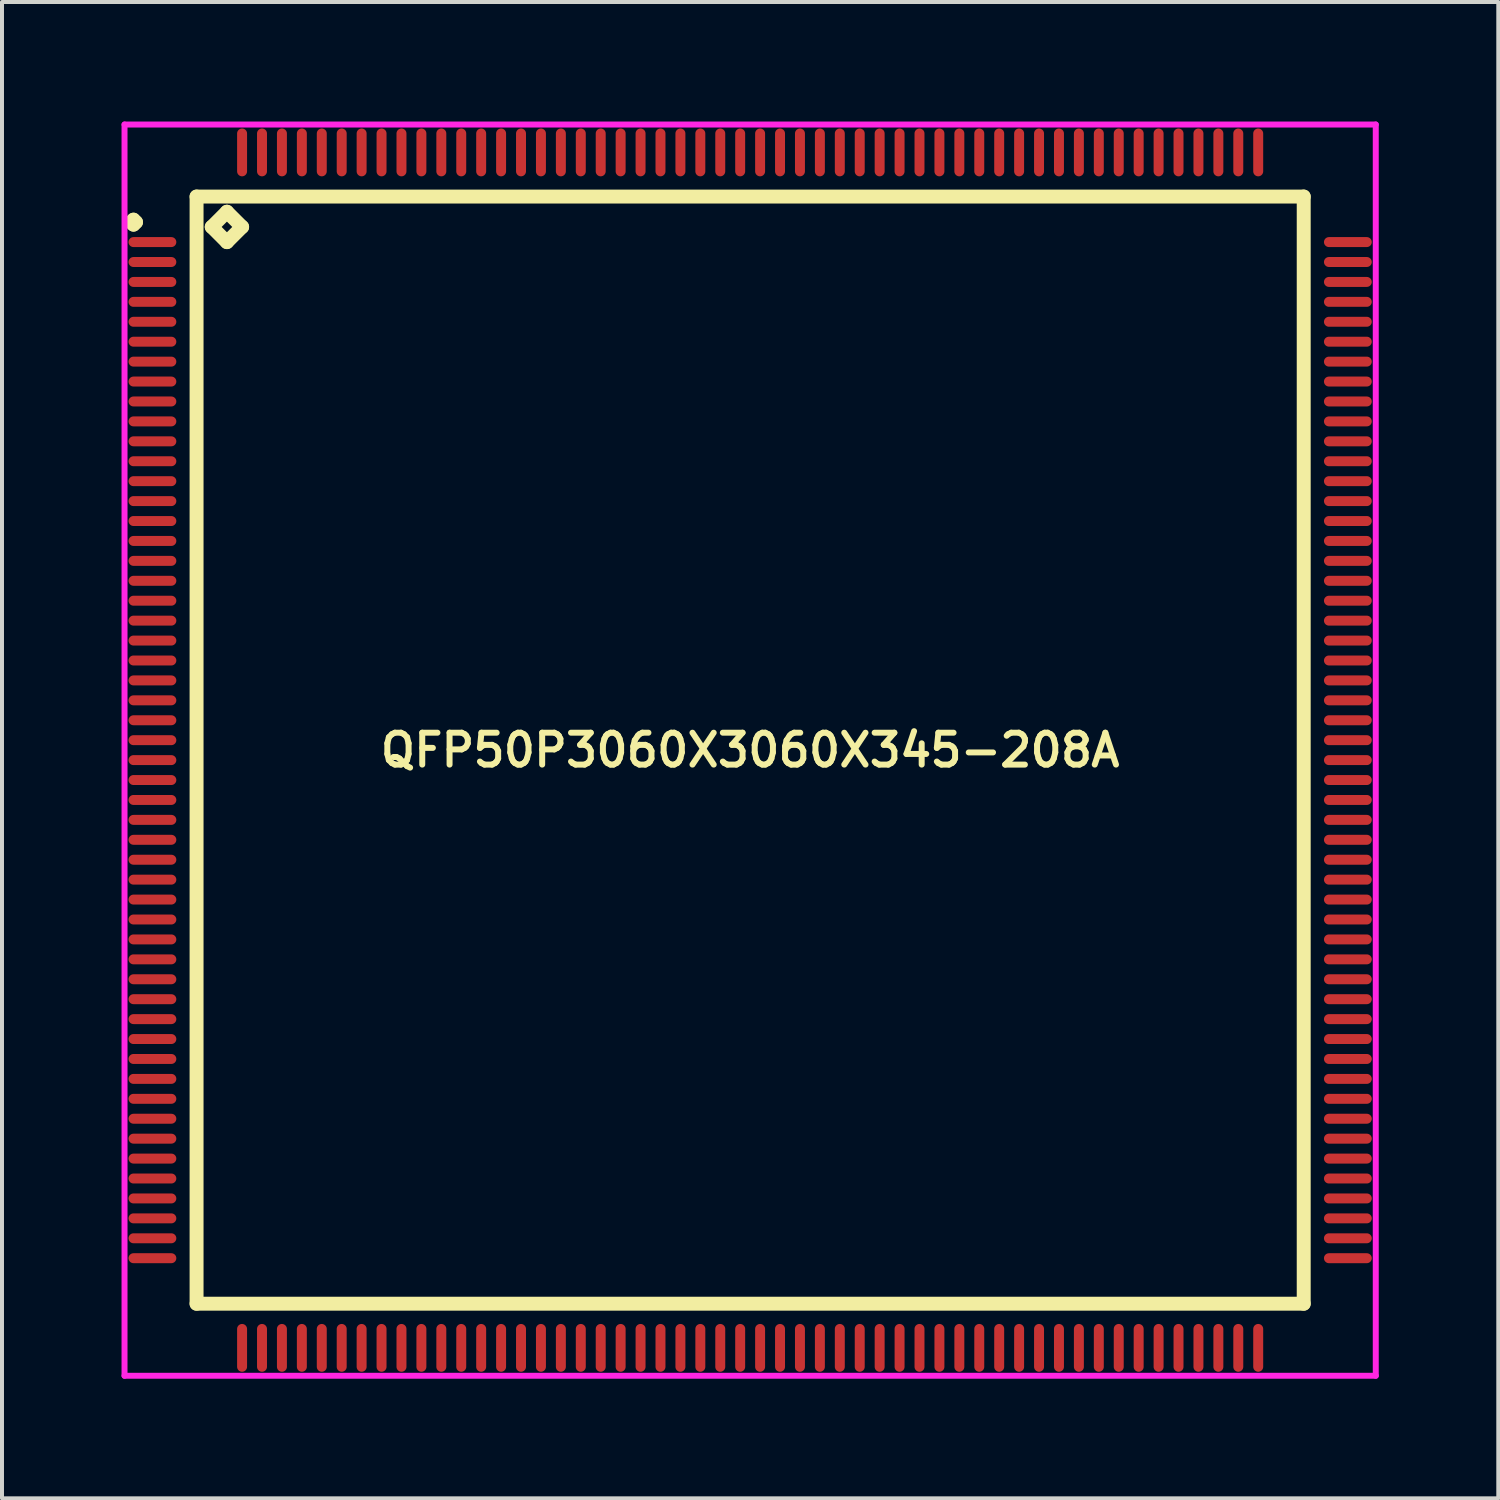
<source format=kicad_pcb>
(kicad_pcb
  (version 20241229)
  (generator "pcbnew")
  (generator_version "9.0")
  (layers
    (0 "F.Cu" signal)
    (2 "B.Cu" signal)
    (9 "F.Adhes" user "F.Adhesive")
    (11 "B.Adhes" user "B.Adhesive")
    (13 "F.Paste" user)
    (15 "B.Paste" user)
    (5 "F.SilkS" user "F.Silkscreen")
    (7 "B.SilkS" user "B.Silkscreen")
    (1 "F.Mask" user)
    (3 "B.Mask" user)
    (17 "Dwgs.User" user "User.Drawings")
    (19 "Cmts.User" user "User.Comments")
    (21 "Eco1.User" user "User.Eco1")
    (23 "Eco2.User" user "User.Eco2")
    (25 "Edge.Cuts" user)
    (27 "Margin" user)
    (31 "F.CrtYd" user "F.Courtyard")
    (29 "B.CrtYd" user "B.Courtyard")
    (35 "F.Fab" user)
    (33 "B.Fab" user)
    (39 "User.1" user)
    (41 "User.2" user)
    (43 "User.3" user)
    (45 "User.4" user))
  (footprint "QFP50P3060X3060X345-208A"
    (layer "F.Cu")
    (at 15.775 15.775)
    (property "Reference" "QFP50P3060X3060X345-208A" (at 0 0 0) (layer "F.SilkS") (effects (font (size 0.8 0.8) (thickness 0.15))))
    (attr smd)
    (fp_line (start -15.537 -13.25) (end -15.475 -13.312) (stroke (width 0.35) (type solid)) (layer "F.SilkS"))
    (fp_line (start -15.475 -13.312) (end -15.412 -13.25) (stroke (width 0.35) (type solid)) (layer "F.SilkS"))
    (fp_line (start -15.475 -13.188) (end -15.537 -13.25) (stroke (width 0.35) (type solid)) (layer "F.SilkS"))
    (fp_line (start -15.412 -13.25) (end -15.475 -13.188) (stroke (width 0.35) (type solid)) (layer "F.SilkS"))
    (fp_line (start -13.892 -13.892) (end -13.892 13.892) (stroke (width 0.35) (type solid)) (layer "F.SilkS"))
    (fp_line (start -13.892 13.892) (end 13.892 13.892) (stroke (width 0.35) (type solid)) (layer "F.SilkS"))
    (fp_line (start -13.511 -13.13) (end -13.13 -13.511) (stroke (width 0.35) (type solid)) (layer "F.SilkS"))
    (fp_line (start -13.13 -13.511) (end -12.749 -13.13) (stroke (width 0.35) (type solid)) (layer "F.SilkS"))
    (fp_line (start -13.13 -12.749) (end -13.511 -13.13) (stroke (width 0.35) (type solid)) (layer "F.SilkS"))
    (fp_line (start -12.749 -13.13) (end -13.13 -12.749) (stroke (width 0.35) (type solid)) (layer "F.SilkS"))
    (fp_line (start 13.892 -13.892) (end -13.892 -13.892) (stroke (width 0.35) (type solid)) (layer "F.SilkS"))
    (fp_line (start 13.892 13.892) (end 13.892 -13.892) (stroke (width 0.35) (type solid)) (layer "F.SilkS"))
    (fp_line (start -15.7 -15.7) (end 15.7 -15.7) (stroke (width 0.15) (type solid)) (layer "F.CrtYd"))
    (fp_line (start -15.7 15.7) (end -15.7 -15.7) (stroke (width 0.15) (type solid)) (layer "F.CrtYd"))
    (fp_line (start 15.7 -15.7) (end 15.7 15.7) (stroke (width 0.15) (type solid)) (layer "F.CrtYd"))
    (fp_line (start 15.7 15.7) (end -15.7 15.7) (stroke (width 0.15) (type solid)) (layer "F.CrtYd"))
    (pad "1" smd oval (at -15 -12.75) (size 1.2 0.25) (layers "F.Cu" "F.Mask" "F.Paste"))
    (pad "2" smd oval (at -15 -12.25) (size 1.2 0.25) (layers "F.Cu" "F.Mask" "F.Paste"))
    (pad "3" smd oval (at -15 -11.75) (size 1.2 0.25) (layers "F.Cu" "F.Mask" "F.Paste"))
    (pad "4" smd oval (at -15 -11.25) (size 1.2 0.25) (layers "F.Cu" "F.Mask" "F.Paste"))
    (pad "5" smd oval (at -15 -10.75) (size 1.2 0.25) (layers "F.Cu" "F.Mask" "F.Paste"))
    (pad "6" smd oval (at -15 -10.25) (size 1.2 0.25) (layers "F.Cu" "F.Mask" "F.Paste"))
    (pad "7" smd oval (at -15 -9.75) (size 1.2 0.25) (layers "F.Cu" "F.Mask" "F.Paste"))
    (pad "8" smd oval (at -15 -9.25) (size 1.2 0.25) (layers "F.Cu" "F.Mask" "F.Paste"))
    (pad "9" smd oval (at -15 -8.75) (size 1.2 0.25) (layers "F.Cu" "F.Mask" "F.Paste"))
    (pad "10" smd oval (at -15 -8.25) (size 1.2 0.25) (layers "F.Cu" "F.Mask" "F.Paste"))
    (pad "11" smd oval (at -15 -7.75) (size 1.2 0.25) (layers "F.Cu" "F.Mask" "F.Paste"))
    (pad "12" smd oval (at -15 -7.25) (size 1.2 0.25) (layers "F.Cu" "F.Mask" "F.Paste"))
    (pad "13" smd oval (at -15 -6.75) (size 1.2 0.25) (layers "F.Cu" "F.Mask" "F.Paste"))
    (pad "14" smd oval (at -15 -6.25) (size 1.2 0.25) (layers "F.Cu" "F.Mask" "F.Paste"))
    (pad "15" smd oval (at -15 -5.75) (size 1.2 0.25) (layers "F.Cu" "F.Mask" "F.Paste"))
    (pad "16" smd oval (at -15 -5.25) (size 1.2 0.25) (layers "F.Cu" "F.Mask" "F.Paste"))
    (pad "17" smd oval (at -15 -4.75) (size 1.2 0.25) (layers "F.Cu" "F.Mask" "F.Paste"))
    (pad "18" smd oval (at -15 -4.25) (size 1.2 0.25) (layers "F.Cu" "F.Mask" "F.Paste"))
    (pad "19" smd oval (at -15 -3.75) (size 1.2 0.25) (layers "F.Cu" "F.Mask" "F.Paste"))
    (pad "20" smd oval (at -15 -3.25) (size 1.2 0.25) (layers "F.Cu" "F.Mask" "F.Paste"))
    (pad "21" smd oval (at -15 -2.75) (size 1.2 0.25) (layers "F.Cu" "F.Mask" "F.Paste"))
    (pad "22" smd oval (at -15 -2.25) (size 1.2 0.25) (layers "F.Cu" "F.Mask" "F.Paste"))
    (pad "23" smd oval (at -15 -1.75) (size 1.2 0.25) (layers "F.Cu" "F.Mask" "F.Paste"))
    (pad "24" smd oval (at -15 -1.25) (size 1.2 0.25) (layers "F.Cu" "F.Mask" "F.Paste"))
    (pad "25" smd oval (at -15 -0.75) (size 1.2 0.25) (layers "F.Cu" "F.Mask" "F.Paste"))
    (pad "26" smd oval (at -15 -0.25) (size 1.2 0.25) (layers "F.Cu" "F.Mask" "F.Paste"))
    (pad "27" smd oval (at -15 0.25) (size 1.2 0.25) (layers "F.Cu" "F.Mask" "F.Paste"))
    (pad "28" smd oval (at -15 0.75) (size 1.2 0.25) (layers "F.Cu" "F.Mask" "F.Paste"))
    (pad "29" smd oval (at -15 1.25) (size 1.2 0.25) (layers "F.Cu" "F.Mask" "F.Paste"))
    (pad "30" smd oval (at -15 1.75) (size 1.2 0.25) (layers "F.Cu" "F.Mask" "F.Paste"))
    (pad "31" smd oval (at -15 2.25) (size 1.2 0.25) (layers "F.Cu" "F.Mask" "F.Paste"))
    (pad "32" smd oval (at -15 2.75) (size 1.2 0.25) (layers "F.Cu" "F.Mask" "F.Paste"))
    (pad "33" smd oval (at -15 3.25) (size 1.2 0.25) (layers "F.Cu" "F.Mask" "F.Paste"))
    (pad "34" smd oval (at -15 3.75) (size 1.2 0.25) (layers "F.Cu" "F.Mask" "F.Paste"))
    (pad "35" smd oval (at -15 4.25) (size 1.2 0.25) (layers "F.Cu" "F.Mask" "F.Paste"))
    (pad "36" smd oval (at -15 4.75) (size 1.2 0.25) (layers "F.Cu" "F.Mask" "F.Paste"))
    (pad "37" smd oval (at -15 5.25) (size 1.2 0.25) (layers "F.Cu" "F.Mask" "F.Paste"))
    (pad "38" smd oval (at -15 5.75) (size 1.2 0.25) (layers "F.Cu" "F.Mask" "F.Paste"))
    (pad "39" smd oval (at -15 6.25) (size 1.2 0.25) (layers "F.Cu" "F.Mask" "F.Paste"))
    (pad "40" smd oval (at -15 6.75) (size 1.2 0.25) (layers "F.Cu" "F.Mask" "F.Paste"))
    (pad "41" smd oval (at -15 7.25) (size 1.2 0.25) (layers "F.Cu" "F.Mask" "F.Paste"))
    (pad "42" smd oval (at -15 7.75) (size 1.2 0.25) (layers "F.Cu" "F.Mask" "F.Paste"))
    (pad "43" smd oval (at -15 8.25) (size 1.2 0.25) (layers "F.Cu" "F.Mask" "F.Paste"))
    (pad "44" smd oval (at -15 8.75) (size 1.2 0.25) (layers "F.Cu" "F.Mask" "F.Paste"))
    (pad "45" smd oval (at -15 9.25) (size 1.2 0.25) (layers "F.Cu" "F.Mask" "F.Paste"))
    (pad "46" smd oval (at -15 9.75) (size 1.2 0.25) (layers "F.Cu" "F.Mask" "F.Paste"))
    (pad "47" smd oval (at -15 10.25) (size 1.2 0.25) (layers "F.Cu" "F.Mask" "F.Paste"))
    (pad "48" smd oval (at -15 10.75) (size 1.2 0.25) (layers "F.Cu" "F.Mask" "F.Paste"))
    (pad "49" smd oval (at -15 11.25) (size 1.2 0.25) (layers "F.Cu" "F.Mask" "F.Paste"))
    (pad "50" smd oval (at -15 11.75) (size 1.2 0.25) (layers "F.Cu" "F.Mask" "F.Paste"))
    (pad "51" smd oval (at -15 12.25) (size 1.2 0.25) (layers "F.Cu" "F.Mask" "F.Paste"))
    (pad "52" smd oval (at -15 12.75) (size 1.2 0.25) (layers "F.Cu" "F.Mask" "F.Paste"))
    (pad "53" smd oval (at -12.75 15) (size 0.25 1.2) (layers "F.Cu" "F.Mask" "F.Paste"))
    (pad "54" smd oval (at -12.25 15) (size 0.25 1.2) (layers "F.Cu" "F.Mask" "F.Paste"))
    (pad "55" smd oval (at -11.75 15) (size 0.25 1.2) (layers "F.Cu" "F.Mask" "F.Paste"))
    (pad "56" smd oval (at -11.25 15) (size 0.25 1.2) (layers "F.Cu" "F.Mask" "F.Paste"))
    (pad "57" smd oval (at -10.75 15) (size 0.25 1.2) (layers "F.Cu" "F.Mask" "F.Paste"))
    (pad "58" smd oval (at -10.25 15) (size 0.25 1.2) (layers "F.Cu" "F.Mask" "F.Paste"))
    (pad "59" smd oval (at -9.75 15) (size 0.25 1.2) (layers "F.Cu" "F.Mask" "F.Paste"))
    (pad "60" smd oval (at -9.25 15) (size 0.25 1.2) (layers "F.Cu" "F.Mask" "F.Paste"))
    (pad "61" smd oval (at -8.75 15) (size 0.25 1.2) (layers "F.Cu" "F.Mask" "F.Paste"))
    (pad "62" smd oval (at -8.25 15) (size 0.25 1.2) (layers "F.Cu" "F.Mask" "F.Paste"))
    (pad "63" smd oval (at -7.75 15) (size 0.25 1.2) (layers "F.Cu" "F.Mask" "F.Paste"))
    (pad "64" smd oval (at -7.25 15) (size 0.25 1.2) (layers "F.Cu" "F.Mask" "F.Paste"))
    (pad "65" smd oval (at -6.75 15) (size 0.25 1.2) (layers "F.Cu" "F.Mask" "F.Paste"))
    (pad "66" smd oval (at -6.25 15) (size 0.25 1.2) (layers "F.Cu" "F.Mask" "F.Paste"))
    (pad "67" smd oval (at -5.75 15) (size 0.25 1.2) (layers "F.Cu" "F.Mask" "F.Paste"))
    (pad "68" smd oval (at -5.25 15) (size 0.25 1.2) (layers "F.Cu" "F.Mask" "F.Paste"))
    (pad "69" smd oval (at -4.75 15) (size 0.25 1.2) (layers "F.Cu" "F.Mask" "F.Paste"))
    (pad "70" smd oval (at -4.25 15) (size 0.25 1.2) (layers "F.Cu" "F.Mask" "F.Paste"))
    (pad "71" smd oval (at -3.75 15) (size 0.25 1.2) (layers "F.Cu" "F.Mask" "F.Paste"))
    (pad "72" smd oval (at -3.25 15) (size 0.25 1.2) (layers "F.Cu" "F.Mask" "F.Paste"))
    (pad "73" smd oval (at -2.75 15) (size 0.25 1.2) (layers "F.Cu" "F.Mask" "F.Paste"))
    (pad "74" smd oval (at -2.25 15) (size 0.25 1.2) (layers "F.Cu" "F.Mask" "F.Paste"))
    (pad "75" smd oval (at -1.75 15) (size 0.25 1.2) (layers "F.Cu" "F.Mask" "F.Paste"))
    (pad "76" smd oval (at -1.25 15) (size 0.25 1.2) (layers "F.Cu" "F.Mask" "F.Paste"))
    (pad "77" smd oval (at -0.75 15) (size 0.25 1.2) (layers "F.Cu" "F.Mask" "F.Paste"))
    (pad "78" smd oval (at -0.25 15) (size 0.25 1.2) (layers "F.Cu" "F.Mask" "F.Paste"))
    (pad "79" smd oval (at 0.25 15) (size 0.25 1.2) (layers "F.Cu" "F.Mask" "F.Paste"))
    (pad "80" smd oval (at 0.75 15) (size 0.25 1.2) (layers "F.Cu" "F.Mask" "F.Paste"))
    (pad "81" smd oval (at 1.25 15) (size 0.25 1.2) (layers "F.Cu" "F.Mask" "F.Paste"))
    (pad "82" smd oval (at 1.75 15) (size 0.25 1.2) (layers "F.Cu" "F.Mask" "F.Paste"))
    (pad "83" smd oval (at 2.25 15) (size 0.25 1.2) (layers "F.Cu" "F.Mask" "F.Paste"))
    (pad "84" smd oval (at 2.75 15) (size 0.25 1.2) (layers "F.Cu" "F.Mask" "F.Paste"))
    (pad "85" smd oval (at 3.25 15) (size 0.25 1.2) (layers "F.Cu" "F.Mask" "F.Paste"))
    (pad "86" smd oval (at 3.75 15) (size 0.25 1.2) (layers "F.Cu" "F.Mask" "F.Paste"))
    (pad "87" smd oval (at 4.25 15) (size 0.25 1.2) (layers "F.Cu" "F.Mask" "F.Paste"))
    (pad "88" smd oval (at 4.75 15) (size 0.25 1.2) (layers "F.Cu" "F.Mask" "F.Paste"))
    (pad "89" smd oval (at 5.25 15) (size 0.25 1.2) (layers "F.Cu" "F.Mask" "F.Paste"))
    (pad "90" smd oval (at 5.75 15) (size 0.25 1.2) (layers "F.Cu" "F.Mask" "F.Paste"))
    (pad "91" smd oval (at 6.25 15) (size 0.25 1.2) (layers "F.Cu" "F.Mask" "F.Paste"))
    (pad "92" smd oval (at 6.75 15) (size 0.25 1.2) (layers "F.Cu" "F.Mask" "F.Paste"))
    (pad "93" smd oval (at 7.25 15) (size 0.25 1.2) (layers "F.Cu" "F.Mask" "F.Paste"))
    (pad "94" smd oval (at 7.75 15) (size 0.25 1.2) (layers "F.Cu" "F.Mask" "F.Paste"))
    (pad "95" smd oval (at 8.25 15) (size 0.25 1.2) (layers "F.Cu" "F.Mask" "F.Paste"))
    (pad "96" smd oval (at 8.75 15) (size 0.25 1.2) (layers "F.Cu" "F.Mask" "F.Paste"))
    (pad "97" smd oval (at 9.25 15) (size 0.25 1.2) (layers "F.Cu" "F.Mask" "F.Paste"))
    (pad "98" smd oval (at 9.75 15) (size 0.25 1.2) (layers "F.Cu" "F.Mask" "F.Paste"))
    (pad "99" smd oval (at 10.25 15) (size 0.25 1.2) (layers "F.Cu" "F.Mask" "F.Paste"))
    (pad "100" smd oval (at 10.75 15) (size 0.25 1.2) (layers "F.Cu" "F.Mask" "F.Paste"))
    (pad "101" smd oval (at 11.25 15) (size 0.25 1.2) (layers "F.Cu" "F.Mask" "F.Paste"))
    (pad "102" smd oval (at 11.75 15) (size 0.25 1.2) (layers "F.Cu" "F.Mask" "F.Paste"))
    (pad "103" smd oval (at 12.25 15) (size 0.25 1.2) (layers "F.Cu" "F.Mask" "F.Paste"))
    (pad "104" smd oval (at 12.75 15) (size 0.25 1.2) (layers "F.Cu" "F.Mask" "F.Paste"))
    (pad "105" smd oval (at 15 12.75) (size 1.2 0.25) (layers "F.Cu" "F.Mask" "F.Paste"))
    (pad "106" smd oval (at 15 12.25) (size 1.2 0.25) (layers "F.Cu" "F.Mask" "F.Paste"))
    (pad "107" smd oval (at 15 11.75) (size 1.2 0.25) (layers "F.Cu" "F.Mask" "F.Paste"))
    (pad "108" smd oval (at 15 11.25) (size 1.2 0.25) (layers "F.Cu" "F.Mask" "F.Paste"))
    (pad "109" smd oval (at 15 10.75) (size 1.2 0.25) (layers "F.Cu" "F.Mask" "F.Paste"))
    (pad "110" smd oval (at 15 10.25) (size 1.2 0.25) (layers "F.Cu" "F.Mask" "F.Paste"))
    (pad "111" smd oval (at 15 9.75) (size 1.2 0.25) (layers "F.Cu" "F.Mask" "F.Paste"))
    (pad "112" smd oval (at 15 9.25) (size 1.2 0.25) (layers "F.Cu" "F.Mask" "F.Paste"))
    (pad "113" smd oval (at 15 8.75) (size 1.2 0.25) (layers "F.Cu" "F.Mask" "F.Paste"))
    (pad "114" smd oval (at 15 8.25) (size 1.2 0.25) (layers "F.Cu" "F.Mask" "F.Paste"))
    (pad "115" smd oval (at 15 7.75) (size 1.2 0.25) (layers "F.Cu" "F.Mask" "F.Paste"))
    (pad "116" smd oval (at 15 7.25) (size 1.2 0.25) (layers "F.Cu" "F.Mask" "F.Paste"))
    (pad "117" smd oval (at 15 6.75) (size 1.2 0.25) (layers "F.Cu" "F.Mask" "F.Paste"))
    (pad "118" smd oval (at 15 6.25) (size 1.2 0.25) (layers "F.Cu" "F.Mask" "F.Paste"))
    (pad "119" smd oval (at 15 5.75) (size 1.2 0.25) (layers "F.Cu" "F.Mask" "F.Paste"))
    (pad "120" smd oval (at 15 5.25) (size 1.2 0.25) (layers "F.Cu" "F.Mask" "F.Paste"))
    (pad "121" smd oval (at 15 4.75) (size 1.2 0.25) (layers "F.Cu" "F.Mask" "F.Paste"))
    (pad "122" smd oval (at 15 4.25) (size 1.2 0.25) (layers "F.Cu" "F.Mask" "F.Paste"))
    (pad "123" smd oval (at 15 3.75) (size 1.2 0.25) (layers "F.Cu" "F.Mask" "F.Paste"))
    (pad "124" smd oval (at 15 3.25) (size 1.2 0.25) (layers "F.Cu" "F.Mask" "F.Paste"))
    (pad "125" smd oval (at 15 2.75) (size 1.2 0.25) (layers "F.Cu" "F.Mask" "F.Paste"))
    (pad "126" smd oval (at 15 2.25) (size 1.2 0.25) (layers "F.Cu" "F.Mask" "F.Paste"))
    (pad "127" smd oval (at 15 1.75) (size 1.2 0.25) (layers "F.Cu" "F.Mask" "F.Paste"))
    (pad "128" smd oval (at 15 1.25) (size 1.2 0.25) (layers "F.Cu" "F.Mask" "F.Paste"))
    (pad "129" smd oval (at 15 0.75) (size 1.2 0.25) (layers "F.Cu" "F.Mask" "F.Paste"))
    (pad "130" smd oval (at 15 0.25) (size 1.2 0.25) (layers "F.Cu" "F.Mask" "F.Paste"))
    (pad "131" smd oval (at 15 -0.25) (size 1.2 0.25) (layers "F.Cu" "F.Mask" "F.Paste"))
    (pad "132" smd oval (at 15 -0.75) (size 1.2 0.25) (layers "F.Cu" "F.Mask" "F.Paste"))
    (pad "133" smd oval (at 15 -1.25) (size 1.2 0.25) (layers "F.Cu" "F.Mask" "F.Paste"))
    (pad "134" smd oval (at 15 -1.75) (size 1.2 0.25) (layers "F.Cu" "F.Mask" "F.Paste"))
    (pad "135" smd oval (at 15 -2.25) (size 1.2 0.25) (layers "F.Cu" "F.Mask" "F.Paste"))
    (pad "136" smd oval (at 15 -2.75) (size 1.2 0.25) (layers "F.Cu" "F.Mask" "F.Paste"))
    (pad "137" smd oval (at 15 -3.25) (size 1.2 0.25) (layers "F.Cu" "F.Mask" "F.Paste"))
    (pad "138" smd oval (at 15 -3.75) (size 1.2 0.25) (layers "F.Cu" "F.Mask" "F.Paste"))
    (pad "139" smd oval (at 15 -4.25) (size 1.2 0.25) (layers "F.Cu" "F.Mask" "F.Paste"))
    (pad "140" smd oval (at 15 -4.75) (size 1.2 0.25) (layers "F.Cu" "F.Mask" "F.Paste"))
    (pad "141" smd oval (at 15 -5.25) (size 1.2 0.25) (layers "F.Cu" "F.Mask" "F.Paste"))
    (pad "142" smd oval (at 15 -5.75) (size 1.2 0.25) (layers "F.Cu" "F.Mask" "F.Paste"))
    (pad "143" smd oval (at 15 -6.25) (size 1.2 0.25) (layers "F.Cu" "F.Mask" "F.Paste"))
    (pad "144" smd oval (at 15 -6.75) (size 1.2 0.25) (layers "F.Cu" "F.Mask" "F.Paste"))
    (pad "145" smd oval (at 15 -7.25) (size 1.2 0.25) (layers "F.Cu" "F.Mask" "F.Paste"))
    (pad "146" smd oval (at 15 -7.75) (size 1.2 0.25) (layers "F.Cu" "F.Mask" "F.Paste"))
    (pad "147" smd oval (at 15 -8.25) (size 1.2 0.25) (layers "F.Cu" "F.Mask" "F.Paste"))
    (pad "148" smd oval (at 15 -8.75) (size 1.2 0.25) (layers "F.Cu" "F.Mask" "F.Paste"))
    (pad "149" smd oval (at 15 -9.25) (size 1.2 0.25) (layers "F.Cu" "F.Mask" "F.Paste"))
    (pad "150" smd oval (at 15 -9.75) (size 1.2 0.25) (layers "F.Cu" "F.Mask" "F.Paste"))
    (pad "151" smd oval (at 15 -10.25) (size 1.2 0.25) (layers "F.Cu" "F.Mask" "F.Paste"))
    (pad "152" smd oval (at 15 -10.75) (size 1.2 0.25) (layers "F.Cu" "F.Mask" "F.Paste"))
    (pad "153" smd oval (at 15 -11.25) (size 1.2 0.25) (layers "F.Cu" "F.Mask" "F.Paste"))
    (pad "154" smd oval (at 15 -11.75) (size 1.2 0.25) (layers "F.Cu" "F.Mask" "F.Paste"))
    (pad "155" smd oval (at 15 -12.25) (size 1.2 0.25) (layers "F.Cu" "F.Mask" "F.Paste"))
    (pad "156" smd oval (at 15 -12.75) (size 1.2 0.25) (layers "F.Cu" "F.Mask" "F.Paste"))
    (pad "157" smd oval (at 12.75 -15) (size 0.25 1.2) (layers "F.Cu" "F.Mask" "F.Paste"))
    (pad "158" smd oval (at 12.25 -15) (size 0.25 1.2) (layers "F.Cu" "F.Mask" "F.Paste"))
    (pad "159" smd oval (at 11.75 -15) (size 0.25 1.2) (layers "F.Cu" "F.Mask" "F.Paste"))
    (pad "160" smd oval (at 11.25 -15) (size 0.25 1.2) (layers "F.Cu" "F.Mask" "F.Paste"))
    (pad "161" smd oval (at 10.75 -15) (size 0.25 1.2) (layers "F.Cu" "F.Mask" "F.Paste"))
    (pad "162" smd oval (at 10.25 -15) (size 0.25 1.2) (layers "F.Cu" "F.Mask" "F.Paste"))
    (pad "163" smd oval (at 9.75 -15) (size 0.25 1.2) (layers "F.Cu" "F.Mask" "F.Paste"))
    (pad "164" smd oval (at 9.25 -15) (size 0.25 1.2) (layers "F.Cu" "F.Mask" "F.Paste"))
    (pad "165" smd oval (at 8.75 -15) (size 0.25 1.2) (layers "F.Cu" "F.Mask" "F.Paste"))
    (pad "166" smd oval (at 8.25 -15) (size 0.25 1.2) (layers "F.Cu" "F.Mask" "F.Paste"))
    (pad "167" smd oval (at 7.75 -15) (size 0.25 1.2) (layers "F.Cu" "F.Mask" "F.Paste"))
    (pad "168" smd oval (at 7.25 -15) (size 0.25 1.2) (layers "F.Cu" "F.Mask" "F.Paste"))
    (pad "169" smd oval (at 6.75 -15) (size 0.25 1.2) (layers "F.Cu" "F.Mask" "F.Paste"))
    (pad "170" smd oval (at 6.25 -15) (size 0.25 1.2) (layers "F.Cu" "F.Mask" "F.Paste"))
    (pad "171" smd oval (at 5.75 -15) (size 0.25 1.2) (layers "F.Cu" "F.Mask" "F.Paste"))
    (pad "172" smd oval (at 5.25 -15) (size 0.25 1.2) (layers "F.Cu" "F.Mask" "F.Paste"))
    (pad "173" smd oval (at 4.75 -15) (size 0.25 1.2) (layers "F.Cu" "F.Mask" "F.Paste"))
    (pad "174" smd oval (at 4.25 -15) (size 0.25 1.2) (layers "F.Cu" "F.Mask" "F.Paste"))
    (pad "175" smd oval (at 3.75 -15) (size 0.25 1.2) (layers "F.Cu" "F.Mask" "F.Paste"))
    (pad "176" smd oval (at 3.25 -15) (size 0.25 1.2) (layers "F.Cu" "F.Mask" "F.Paste"))
    (pad "177" smd oval (at 2.75 -15) (size 0.25 1.2) (layers "F.Cu" "F.Mask" "F.Paste"))
    (pad "178" smd oval (at 2.25 -15) (size 0.25 1.2) (layers "F.Cu" "F.Mask" "F.Paste"))
    (pad "179" smd oval (at 1.75 -15) (size 0.25 1.2) (layers "F.Cu" "F.Mask" "F.Paste"))
    (pad "180" smd oval (at 1.25 -15) (size 0.25 1.2) (layers "F.Cu" "F.Mask" "F.Paste"))
    (pad "181" smd oval (at 0.75 -15) (size 0.25 1.2) (layers "F.Cu" "F.Mask" "F.Paste"))
    (pad "182" smd oval (at 0.25 -15) (size 0.25 1.2) (layers "F.Cu" "F.Mask" "F.Paste"))
    (pad "183" smd oval (at -0.25 -15) (size 0.25 1.2) (layers "F.Cu" "F.Mask" "F.Paste"))
    (pad "184" smd oval (at -0.75 -15) (size 0.25 1.2) (layers "F.Cu" "F.Mask" "F.Paste"))
    (pad "185" smd oval (at -1.25 -15) (size 0.25 1.2) (layers "F.Cu" "F.Mask" "F.Paste"))
    (pad "186" smd oval (at -1.75 -15) (size 0.25 1.2) (layers "F.Cu" "F.Mask" "F.Paste"))
    (pad "187" smd oval (at -2.25 -15) (size 0.25 1.2) (layers "F.Cu" "F.Mask" "F.Paste"))
    (pad "188" smd oval (at -2.75 -15) (size 0.25 1.2) (layers "F.Cu" "F.Mask" "F.Paste"))
    (pad "189" smd oval (at -3.25 -15) (size 0.25 1.2) (layers "F.Cu" "F.Mask" "F.Paste"))
    (pad "190" smd oval (at -3.75 -15) (size 0.25 1.2) (layers "F.Cu" "F.Mask" "F.Paste"))
    (pad "191" smd oval (at -4.25 -15) (size 0.25 1.2) (layers "F.Cu" "F.Mask" "F.Paste"))
    (pad "192" smd oval (at -4.75 -15) (size 0.25 1.2) (layers "F.Cu" "F.Mask" "F.Paste"))
    (pad "193" smd oval (at -5.25 -15) (size 0.25 1.2) (layers "F.Cu" "F.Mask" "F.Paste"))
    (pad "194" smd oval (at -5.75 -15) (size 0.25 1.2) (layers "F.Cu" "F.Mask" "F.Paste"))
    (pad "195" smd oval (at -6.25 -15) (size 0.25 1.2) (layers "F.Cu" "F.Mask" "F.Paste"))
    (pad "196" smd oval (at -6.75 -15) (size 0.25 1.2) (layers "F.Cu" "F.Mask" "F.Paste"))
    (pad "197" smd oval (at -7.25 -15) (size 0.25 1.2) (layers "F.Cu" "F.Mask" "F.Paste"))
    (pad "198" smd oval (at -7.75 -15) (size 0.25 1.2) (layers "F.Cu" "F.Mask" "F.Paste"))
    (pad "199" smd oval (at -8.25 -15) (size 0.25 1.2) (layers "F.Cu" "F.Mask" "F.Paste"))
    (pad "200" smd oval (at -8.75 -15) (size 0.25 1.2) (layers "F.Cu" "F.Mask" "F.Paste"))
    (pad "201" smd oval (at -9.25 -15) (size 0.25 1.2) (layers "F.Cu" "F.Mask" "F.Paste"))
    (pad "202" smd oval (at -9.75 -15) (size 0.25 1.2) (layers "F.Cu" "F.Mask" "F.Paste"))
    (pad "203" smd oval (at -10.25 -15) (size 0.25 1.2) (layers "F.Cu" "F.Mask" "F.Paste"))
    (pad "204" smd oval (at -10.75 -15) (size 0.25 1.2) (layers "F.Cu" "F.Mask" "F.Paste"))
    (pad "205" smd oval (at -11.25 -15) (size 0.25 1.2) (layers "F.Cu" "F.Mask" "F.Paste"))
    (pad "206" smd oval (at -11.75 -15) (size 0.25 1.2) (layers "F.Cu" "F.Mask" "F.Paste"))
    (pad "207" smd oval (at -12.25 -15) (size 0.25 1.2) (layers "F.Cu" "F.Mask" "F.Paste"))
    (pad "208" smd oval (at -12.75 -15) (size 0.25 1.2) (layers "F.Cu" "F.Mask" "F.Paste")))
  (gr_rect
    (start -3 -3)
    (end 34.55 34.55)
    (stroke (width 0.1) (type default))
    (fill no)
    (layer "Edge.Cuts")))
</source>
